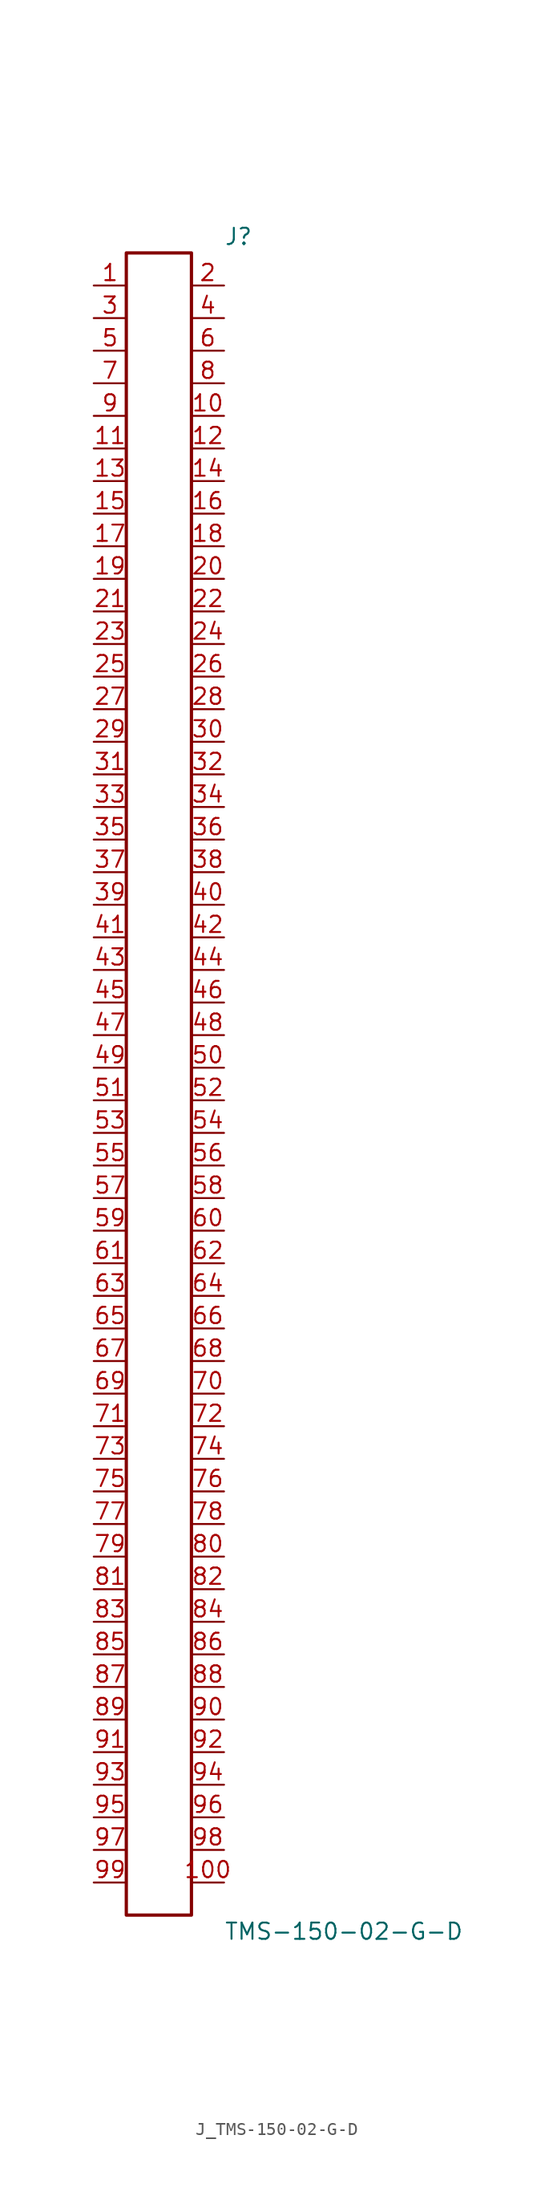
<source format=kicad_sym>
(kicad_symbol_lib
  (version 20231120)
  (generator kicad_symbol_editor)
  (generator_version 8.0)
  (symbol "J_TMS-150-02-G-D"
    (pin_names
      (offset 0.254))
    (property "Reference" "J"
      (at 5.08 66.04 0)
      (effects (font (size 1.27 1.27)) (justify left)))
    (property "Value" "TMS-150-02-G-D"
      (at 5.08 -66.04 0)
      (effects (font (size 1.27 1.27)) (justify left)))
    (symbol "J_TMS-150-02-G-D_0_0"
      (pin unspecified line (at -5.08 62.23 0) (length 2.54) (name "" (effects (font (size 1.27 1.27)))) (number "1" (effects (font (size 1.27 1.27)))))
      (pin unspecified line (at 5.08 62.23 180) (length 2.54) (name "" (effects (font (size 1.27 1.27)))) (number "2" (effects (font (size 1.27 1.27)))))
      (pin unspecified line (at -5.08 59.69 0) (length 2.54) (name "" (effects (font (size 1.27 1.27)))) (number "3" (effects (font (size 1.27 1.27)))))
      (pin unspecified line (at 5.08 59.69 180) (length 2.54) (name "" (effects (font (size 1.27 1.27)))) (number "4" (effects (font (size 1.27 1.27)))))
      (pin unspecified line (at -5.08 57.15 0) (length 2.54) (name "" (effects (font (size 1.27 1.27)))) (number "5" (effects (font (size 1.27 1.27)))))
      (pin unspecified line (at 5.08 57.15 180) (length 2.54) (name "" (effects (font (size 1.27 1.27)))) (number "6" (effects (font (size 1.27 1.27)))))
      (pin unspecified line (at -5.08 54.61 0) (length 2.54) (name "" (effects (font (size 1.27 1.27)))) (number "7" (effects (font (size 1.27 1.27)))))
      (pin unspecified line (at 5.08 54.61 180) (length 2.54) (name "" (effects (font (size 1.27 1.27)))) (number "8" (effects (font (size 1.27 1.27)))))
      (pin unspecified line (at -5.08 52.07 0) (length 2.54) (name "" (effects (font (size 1.27 1.27)))) (number "9" (effects (font (size 1.27 1.27)))))
      (pin unspecified line (at 5.08 52.07 180) (length 2.54) (name "" (effects (font (size 1.27 1.27)))) (number "10" (effects (font (size 1.27 1.27)))))
      (pin unspecified line (at -5.08 49.53 0) (length 2.54) (name "" (effects (font (size 1.27 1.27)))) (number "11" (effects (font (size 1.27 1.27)))))
      (pin unspecified line (at 5.08 49.53 180) (length 2.54) (name "" (effects (font (size 1.27 1.27)))) (number "12" (effects (font (size 1.27 1.27)))))
      (pin unspecified line (at -5.08 46.99 0) (length 2.54) (name "" (effects (font (size 1.27 1.27)))) (number "13" (effects (font (size 1.27 1.27)))))
      (pin unspecified line (at 5.08 46.99 180) (length 2.54) (name "" (effects (font (size 1.27 1.27)))) (number "14" (effects (font (size 1.27 1.27)))))
      (pin unspecified line (at -5.08 44.45 0) (length 2.54) (name "" (effects (font (size 1.27 1.27)))) (number "15" (effects (font (size 1.27 1.27)))))
      (pin unspecified line (at 5.08 44.45 180) (length 2.54) (name "" (effects (font (size 1.27 1.27)))) (number "16" (effects (font (size 1.27 1.27)))))
      (pin unspecified line (at -5.08 41.91 0) (length 2.54) (name "" (effects (font (size 1.27 1.27)))) (number "17" (effects (font (size 1.27 1.27)))))
      (pin unspecified line (at 5.08 41.91 180) (length 2.54) (name "" (effects (font (size 1.27 1.27)))) (number "18" (effects (font (size 1.27 1.27)))))
      (pin unspecified line (at -5.08 39.37 0) (length 2.54) (name "" (effects (font (size 1.27 1.27)))) (number "19" (effects (font (size 1.27 1.27)))))
      (pin unspecified line (at 5.08 39.37 180) (length 2.54) (name "" (effects (font (size 1.27 1.27)))) (number "20" (effects (font (size 1.27 1.27)))))
      (pin unspecified line (at -5.08 36.83 0) (length 2.54) (name "" (effects (font (size 1.27 1.27)))) (number "21" (effects (font (size 1.27 1.27)))))
      (pin unspecified line (at 5.08 36.83 180) (length 2.54) (name "" (effects (font (size 1.27 1.27)))) (number "22" (effects (font (size 1.27 1.27)))))
      (pin unspecified line (at -5.08 34.29 0) (length 2.54) (name "" (effects (font (size 1.27 1.27)))) (number "23" (effects (font (size 1.27 1.27)))))
      (pin unspecified line (at 5.08 34.29 180) (length 2.54) (name "" (effects (font (size 1.27 1.27)))) (number "24" (effects (font (size 1.27 1.27)))))
      (pin unspecified line (at -5.08 31.75 0) (length 2.54) (name "" (effects (font (size 1.27 1.27)))) (number "25" (effects (font (size 1.27 1.27)))))
      (pin unspecified line (at 5.08 31.75 180) (length 2.54) (name "" (effects (font (size 1.27 1.27)))) (number "26" (effects (font (size 1.27 1.27)))))
      (pin unspecified line (at -5.08 29.21 0) (length 2.54) (name "" (effects (font (size 1.27 1.27)))) (number "27" (effects (font (size 1.27 1.27)))))
      (pin unspecified line (at 5.08 29.21 180) (length 2.54) (name "" (effects (font (size 1.27 1.27)))) (number "28" (effects (font (size 1.27 1.27)))))
      (pin unspecified line (at -5.08 26.67 0) (length 2.54) (name "" (effects (font (size 1.27 1.27)))) (number "29" (effects (font (size 1.27 1.27)))))
      (pin unspecified line (at 5.08 26.67 180) (length 2.54) (name "" (effects (font (size 1.27 1.27)))) (number "30" (effects (font (size 1.27 1.27)))))
      (pin unspecified line (at -5.08 24.13 0) (length 2.54) (name "" (effects (font (size 1.27 1.27)))) (number "31" (effects (font (size 1.27 1.27)))))
      (pin unspecified line (at 5.08 24.13 180) (length 2.54) (name "" (effects (font (size 1.27 1.27)))) (number "32" (effects (font (size 1.27 1.27)))))
      (pin unspecified line (at -5.08 21.59 0) (length 2.54) (name "" (effects (font (size 1.27 1.27)))) (number "33" (effects (font (size 1.27 1.27)))))
      (pin unspecified line (at 5.08 21.59 180) (length 2.54) (name "" (effects (font (size 1.27 1.27)))) (number "34" (effects (font (size 1.27 1.27)))))
      (pin unspecified line (at -5.08 19.05 0) (length 2.54) (name "" (effects (font (size 1.27 1.27)))) (number "35" (effects (font (size 1.27 1.27)))))
      (pin unspecified line (at 5.08 19.05 180) (length 2.54) (name "" (effects (font (size 1.27 1.27)))) (number "36" (effects (font (size 1.27 1.27)))))
      (pin unspecified line (at -5.08 16.51 0) (length 2.54) (name "" (effects (font (size 1.27 1.27)))) (number "37" (effects (font (size 1.27 1.27)))))
      (pin unspecified line (at 5.08 16.51 180) (length 2.54) (name "" (effects (font (size 1.27 1.27)))) (number "38" (effects (font (size 1.27 1.27)))))
      (pin unspecified line (at -5.08 13.97 0) (length 2.54) (name "" (effects (font (size 1.27 1.27)))) (number "39" (effects (font (size 1.27 1.27)))))
      (pin unspecified line (at 5.08 13.97 180) (length 2.54) (name "" (effects (font (size 1.27 1.27)))) (number "40" (effects (font (size 1.27 1.27)))))
      (pin unspecified line (at -5.08 11.43 0) (length 2.54) (name "" (effects (font (size 1.27 1.27)))) (number "41" (effects (font (size 1.27 1.27)))))
      (pin unspecified line (at 5.08 11.43 180) (length 2.54) (name "" (effects (font (size 1.27 1.27)))) (number "42" (effects (font (size 1.27 1.27)))))
      (pin unspecified line (at -5.08 8.89 0) (length 2.54) (name "" (effects (font (size 1.27 1.27)))) (number "43" (effects (font (size 1.27 1.27)))))
      (pin unspecified line (at 5.08 8.89 180) (length 2.54) (name "" (effects (font (size 1.27 1.27)))) (number "44" (effects (font (size 1.27 1.27)))))
      (pin unspecified line (at -5.08 6.35 0) (length 2.54) (name "" (effects (font (size 1.27 1.27)))) (number "45" (effects (font (size 1.27 1.27)))))
      (pin unspecified line (at 5.08 6.35 180) (length 2.54) (name "" (effects (font (size 1.27 1.27)))) (number "46" (effects (font (size 1.27 1.27)))))
      (pin unspecified line (at -5.08 3.81 0) (length 2.54) (name "" (effects (font (size 1.27 1.27)))) (number "47" (effects (font (size 1.27 1.27)))))
      (pin unspecified line (at 5.08 3.81 180) (length 2.54) (name "" (effects (font (size 1.27 1.27)))) (number "48" (effects (font (size 1.27 1.27)))))
      (pin unspecified line (at -5.08 1.27 0) (length 2.54) (name "" (effects (font (size 1.27 1.27)))) (number "49" (effects (font (size 1.27 1.27)))))
      (pin unspecified line (at 5.08 1.27 180) (length 2.54) (name "" (effects (font (size 1.27 1.27)))) (number "50" (effects (font (size 1.27 1.27)))))
      (pin unspecified line (at -5.08 -1.27 0) (length 2.54) (name "" (effects (font (size 1.27 1.27)))) (number "51" (effects (font (size 1.27 1.27)))))
      (pin unspecified line (at 5.08 -1.27 180) (length 2.54) (name "" (effects (font (size 1.27 1.27)))) (number "52" (effects (font (size 1.27 1.27)))))
      (pin unspecified line (at -5.08 -3.81 0) (length 2.54) (name "" (effects (font (size 1.27 1.27)))) (number "53" (effects (font (size 1.27 1.27)))))
      (pin unspecified line (at 5.08 -3.81 180) (length 2.54) (name "" (effects (font (size 1.27 1.27)))) (number "54" (effects (font (size 1.27 1.27)))))
      (pin unspecified line (at -5.08 -6.35 0) (length 2.54) (name "" (effects (font (size 1.27 1.27)))) (number "55" (effects (font (size 1.27 1.27)))))
      (pin unspecified line (at 5.08 -6.35 180) (length 2.54) (name "" (effects (font (size 1.27 1.27)))) (number "56" (effects (font (size 1.27 1.27)))))
      (pin unspecified line (at -5.08 -8.89 0) (length 2.54) (name "" (effects (font (size 1.27 1.27)))) (number "57" (effects (font (size 1.27 1.27)))))
      (pin unspecified line (at 5.08 -8.89 180) (length 2.54) (name "" (effects (font (size 1.27 1.27)))) (number "58" (effects (font (size 1.27 1.27)))))
      (pin unspecified line (at -5.08 -11.43 0) (length 2.54) (name "" (effects (font (size 1.27 1.27)))) (number "59" (effects (font (size 1.27 1.27)))))
      (pin unspecified line (at 5.08 -11.43 180) (length 2.54) (name "" (effects (font (size 1.27 1.27)))) (number "60" (effects (font (size 1.27 1.27)))))
      (pin unspecified line (at -5.08 -13.97 0) (length 2.54) (name "" (effects (font (size 1.27 1.27)))) (number "61" (effects (font (size 1.27 1.27)))))
      (pin unspecified line (at 5.08 -13.97 180) (length 2.54) (name "" (effects (font (size 1.27 1.27)))) (number "62" (effects (font (size 1.27 1.27)))))
      (pin unspecified line (at -5.08 -16.51 0) (length 2.54) (name "" (effects (font (size 1.27 1.27)))) (number "63" (effects (font (size 1.27 1.27)))))
      (pin unspecified line (at 5.08 -16.51 180) (length 2.54) (name "" (effects (font (size 1.27 1.27)))) (number "64" (effects (font (size 1.27 1.27)))))
      (pin unspecified line (at -5.08 -19.05 0) (length 2.54) (name "" (effects (font (size 1.27 1.27)))) (number "65" (effects (font (size 1.27 1.27)))))
      (pin unspecified line (at 5.08 -19.05 180) (length 2.54) (name "" (effects (font (size 1.27 1.27)))) (number "66" (effects (font (size 1.27 1.27)))))
      (pin unspecified line (at -5.08 -21.59 0) (length 2.54) (name "" (effects (font (size 1.27 1.27)))) (number "67" (effects (font (size 1.27 1.27)))))
      (pin unspecified line (at 5.08 -21.59 180) (length 2.54) (name "" (effects (font (size 1.27 1.27)))) (number "68" (effects (font (size 1.27 1.27)))))
      (pin unspecified line (at -5.08 -24.13 0) (length 2.54) (name "" (effects (font (size 1.27 1.27)))) (number "69" (effects (font (size 1.27 1.27)))))
      (pin unspecified line (at 5.08 -24.13 180) (length 2.54) (name "" (effects (font (size 1.27 1.27)))) (number "70" (effects (font (size 1.27 1.27)))))
      (pin unspecified line (at -5.08 -26.67 0) (length 2.54) (name "" (effects (font (size 1.27 1.27)))) (number "71" (effects (font (size 1.27 1.27)))))
      (pin unspecified line (at 5.08 -26.67 180) (length 2.54) (name "" (effects (font (size 1.27 1.27)))) (number "72" (effects (font (size 1.27 1.27)))))
      (pin unspecified line (at -5.08 -29.21 0) (length 2.54) (name "" (effects (font (size 1.27 1.27)))) (number "73" (effects (font (size 1.27 1.27)))))
      (pin unspecified line (at 5.08 -29.21 180) (length 2.54) (name "" (effects (font (size 1.27 1.27)))) (number "74" (effects (font (size 1.27 1.27)))))
      (pin unspecified line (at -5.08 -31.75 0) (length 2.54) (name "" (effects (font (size 1.27 1.27)))) (number "75" (effects (font (size 1.27 1.27)))))
      (pin unspecified line (at 5.08 -31.75 180) (length 2.54) (name "" (effects (font (size 1.27 1.27)))) (number "76" (effects (font (size 1.27 1.27)))))
      (pin unspecified line (at -5.08 -34.29 0) (length 2.54) (name "" (effects (font (size 1.27 1.27)))) (number "77" (effects (font (size 1.27 1.27)))))
      (pin unspecified line (at 5.08 -34.29 180) (length 2.54) (name "" (effects (font (size 1.27 1.27)))) (number "78" (effects (font (size 1.27 1.27)))))
      (pin unspecified line (at -5.08 -36.83 0) (length 2.54) (name "" (effects (font (size 1.27 1.27)))) (number "79" (effects (font (size 1.27 1.27)))))
      (pin unspecified line (at 5.08 -36.83 180) (length 2.54) (name "" (effects (font (size 1.27 1.27)))) (number "80" (effects (font (size 1.27 1.27)))))
      (pin unspecified line (at -5.08 -39.37 0) (length 2.54) (name "" (effects (font (size 1.27 1.27)))) (number "81" (effects (font (size 1.27 1.27)))))
      (pin unspecified line (at 5.08 -39.37 180) (length 2.54) (name "" (effects (font (size 1.27 1.27)))) (number "82" (effects (font (size 1.27 1.27)))))
      (pin unspecified line (at -5.08 -41.91 0) (length 2.54) (name "" (effects (font (size 1.27 1.27)))) (number "83" (effects (font (size 1.27 1.27)))))
      (pin unspecified line (at 5.08 -41.91 180) (length 2.54) (name "" (effects (font (size 1.27 1.27)))) (number "84" (effects (font (size 1.27 1.27)))))
      (pin unspecified line (at -5.08 -44.45 0) (length 2.54) (name "" (effects (font (size 1.27 1.27)))) (number "85" (effects (font (size 1.27 1.27)))))
      (pin unspecified line (at 5.08 -44.45 180) (length 2.54) (name "" (effects (font (size 1.27 1.27)))) (number "86" (effects (font (size 1.27 1.27)))))
      (pin unspecified line (at -5.08 -46.99 0) (length 2.54) (name "" (effects (font (size 1.27 1.27)))) (number "87" (effects (font (size 1.27 1.27)))))
      (pin unspecified line (at 5.08 -46.99 180) (length 2.54) (name "" (effects (font (size 1.27 1.27)))) (number "88" (effects (font (size 1.27 1.27)))))
      (pin unspecified line (at -5.08 -49.53 0) (length 2.54) (name "" (effects (font (size 1.27 1.27)))) (number "89" (effects (font (size 1.27 1.27)))))
      (pin unspecified line (at 5.08 -49.53 180) (length 2.54) (name "" (effects (font (size 1.27 1.27)))) (number "90" (effects (font (size 1.27 1.27)))))
      (pin unspecified line (at -5.08 -52.07 0) (length 2.54) (name "" (effects (font (size 1.27 1.27)))) (number "91" (effects (font (size 1.27 1.27)))))
      (pin unspecified line (at 5.08 -52.07 180) (length 2.54) (name "" (effects (font (size 1.27 1.27)))) (number "92" (effects (font (size 1.27 1.27)))))
      (pin unspecified line (at -5.08 -54.61 0) (length 2.54) (name "" (effects (font (size 1.27 1.27)))) (number "93" (effects (font (size 1.27 1.27)))))
      (pin unspecified line (at 5.08 -54.61 180) (length 2.54) (name "" (effects (font (size 1.27 1.27)))) (number "94" (effects (font (size 1.27 1.27)))))
      (pin unspecified line (at -5.08 -57.15 0) (length 2.54) (name "" (effects (font (size 1.27 1.27)))) (number "95" (effects (font (size 1.27 1.27)))))
      (pin unspecified line (at 5.08 -57.15 180) (length 2.54) (name "" (effects (font (size 1.27 1.27)))) (number "96" (effects (font (size 1.27 1.27)))))
      (pin unspecified line (at -5.08 -59.69 0) (length 2.54) (name "" (effects (font (size 1.27 1.27)))) (number "97" (effects (font (size 1.27 1.27)))))
      (pin unspecified line (at 5.08 -59.69 180) (length 2.54) (name "" (effects (font (size 1.27 1.27)))) (number "98" (effects (font (size 1.27 1.27)))))
      (pin unspecified line (at -5.08 -62.23 0) (length 2.54) (name "" (effects (font (size 1.27 1.27)))) (number "99" (effects (font (size 1.27 1.27)))))
      (pin unspecified line (at 5.08 -62.23 180) (length 2.54) (name "" (effects (font (size 1.27 1.27)))) (number "100" (effects (font (size 1.27 1.27))))))
    (symbol "J_TMS-150-02-G-D_1_0"
      (rectangle (start -2.54 64.77) (end 2.54 -64.77) (stroke (width 0.254) (type solid)) (fill (type none))))))
</source>
